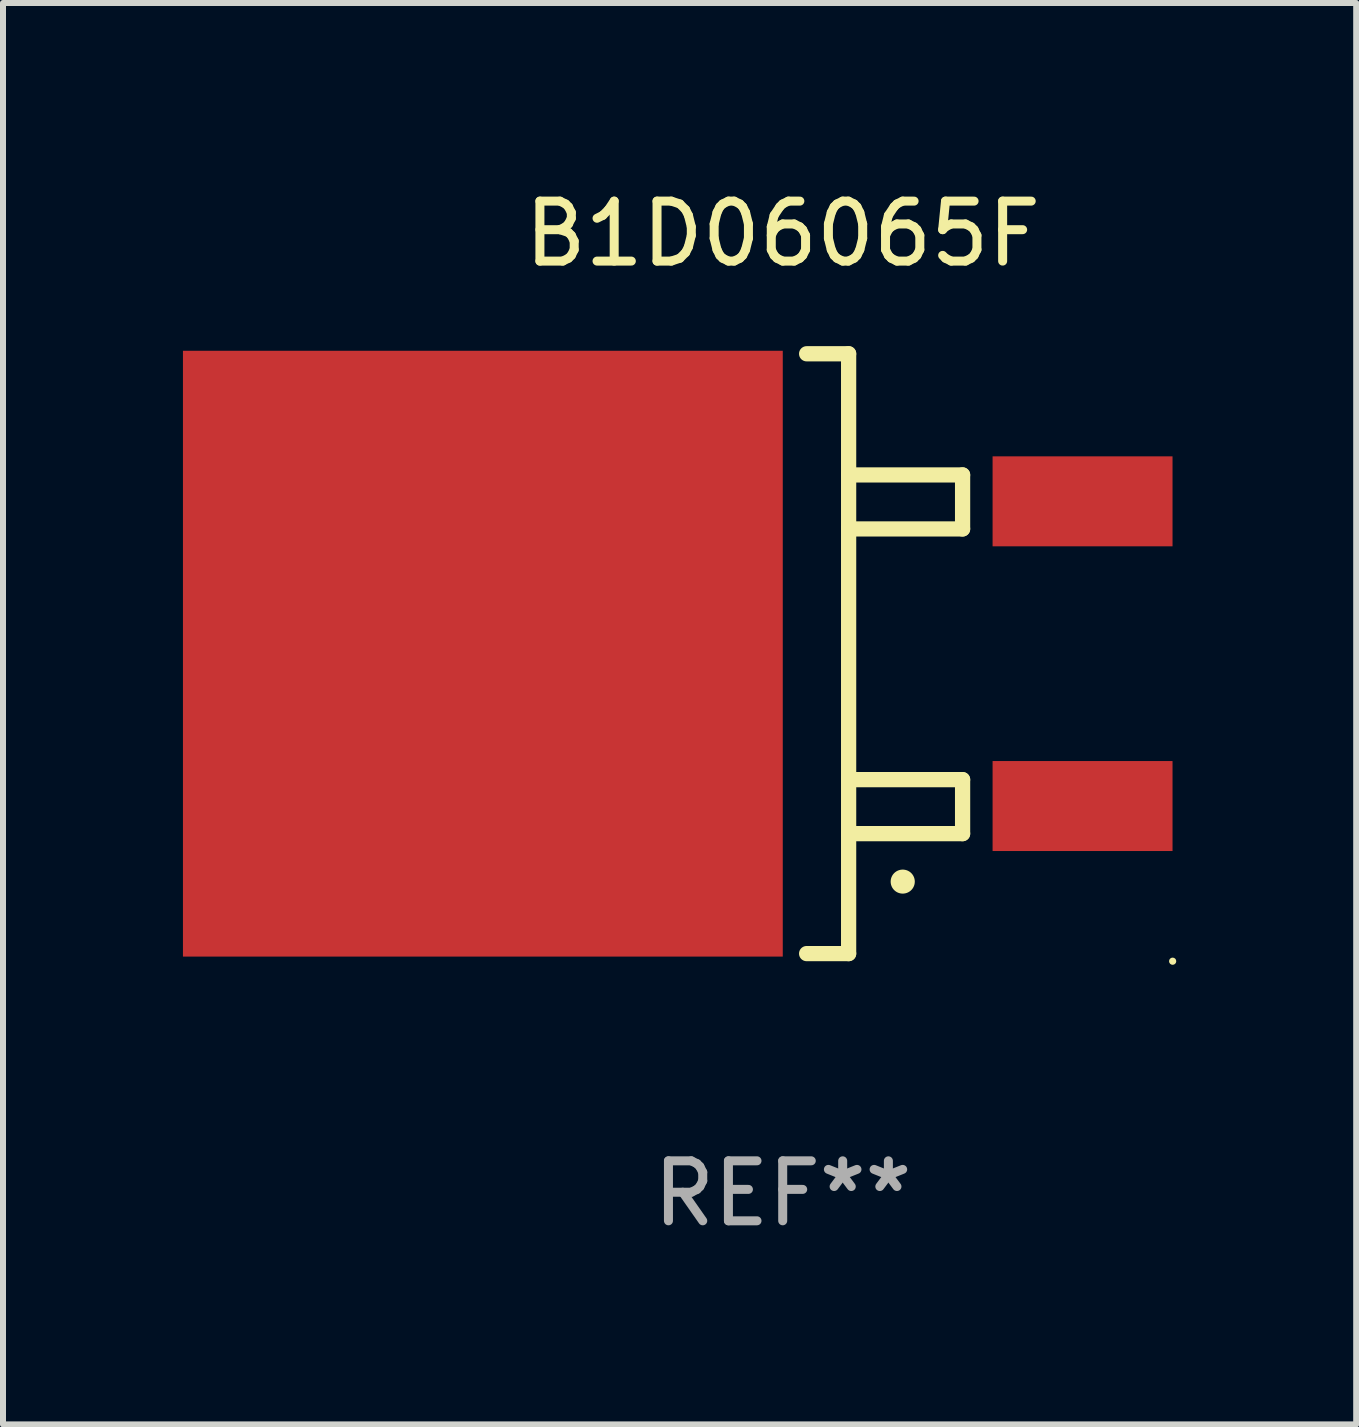
<source format=kicad_pcb>
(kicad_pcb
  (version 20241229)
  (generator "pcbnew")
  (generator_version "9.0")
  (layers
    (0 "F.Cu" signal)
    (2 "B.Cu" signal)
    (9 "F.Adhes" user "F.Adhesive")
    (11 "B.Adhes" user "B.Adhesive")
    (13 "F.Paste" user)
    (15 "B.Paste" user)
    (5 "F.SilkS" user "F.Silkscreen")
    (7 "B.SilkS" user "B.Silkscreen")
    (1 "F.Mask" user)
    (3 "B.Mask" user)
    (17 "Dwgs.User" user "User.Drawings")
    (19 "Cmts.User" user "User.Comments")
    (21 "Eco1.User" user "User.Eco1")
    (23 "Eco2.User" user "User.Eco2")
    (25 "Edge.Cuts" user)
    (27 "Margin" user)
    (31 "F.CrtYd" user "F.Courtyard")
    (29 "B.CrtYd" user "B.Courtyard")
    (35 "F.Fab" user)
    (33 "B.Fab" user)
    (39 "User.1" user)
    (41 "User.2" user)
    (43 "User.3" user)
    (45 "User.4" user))
  (footprint "B1D06065F"
    (layer "F.Cu")
    (at 9.999 7.848)
    (property "Reference" "B1D06065F" (at 0 -7 0) (layer "F.SilkS") (effects (font (size 1 1) (thickness 0.15))))
    (attr through_hole)
    (fp_line (start 0.399 -5) (end 1.099 -5) (stroke (width 0.254) (type solid)) (layer "F.SilkS"))
    (fp_line (start 1.099 -5) (end 1.099 5) (stroke (width 0.254) (type solid)) (layer "F.SilkS"))
    (fp_line (start 1.099 -2.08) (end 2.999 -2.08) (stroke (width 0.254) (type solid)) (layer "F.SilkS"))
    (fp_line (start 1.099 3) (end 2.999 3) (stroke (width 0.254) (type solid)) (layer "F.SilkS"))
    (fp_line (start 1.099 5) (end 0.399 5) (stroke (width 0.254) (type solid)) (layer "F.SilkS"))
    (fp_line (start 2.999 -2.98) (end 1.099 -2.98) (stroke (width 0.254) (type solid)) (layer "F.SilkS"))
    (fp_line (start 2.999 -2.08) (end 2.999 -2.98) (stroke (width 0.254) (type solid)) (layer "F.SilkS"))
    (fp_line (start 2.999 2.1) (end 1.099 2.1) (stroke (width 0.254) (type solid)) (layer "F.SilkS"))
    (fp_line (start 2.999 3) (end 2.999 2.1) (stroke (width 0.254) (type solid)) (layer "F.SilkS"))
    (fp_arc (start 1.999619 3.799848) (mid 2.000889 3.799844) (end 2.002159 3.799848) (stroke (width 0.4) (type solid)) (layer "F.SilkS"))
    (fp_circle (center 6.501 5.127) (end 6.531 5.127) (stroke (width 0.06) (type solid)) (fill no) (layer "F.SilkS"))
    (fp_text user "REF**" (at 0 9 0) (layer "F.Fab") (effects (font (size 1 1) (thickness 0.15))))
    (pad "1" smd rect (at 4.999 2.54 270) (size 1.5 3) (layers "F.Cu" "F.Mask" "F.Paste"))
    (pad "2" smd rect (at 4.999 -2.54 270) (size 1.5 3) (layers "F.Cu" "F.Mask" "F.Paste"))
    (pad "3" smd rect (at -4.999 0 270) (size 10.1 10) (layers "F.Cu" "F.Mask" "F.Paste")))
  (gr_rect
    (start -3 -3)
    (end 19.56 20.697)
    (stroke (width 0.1) (type default))
    (fill no)
    (layer "Edge.Cuts")))
</source>
